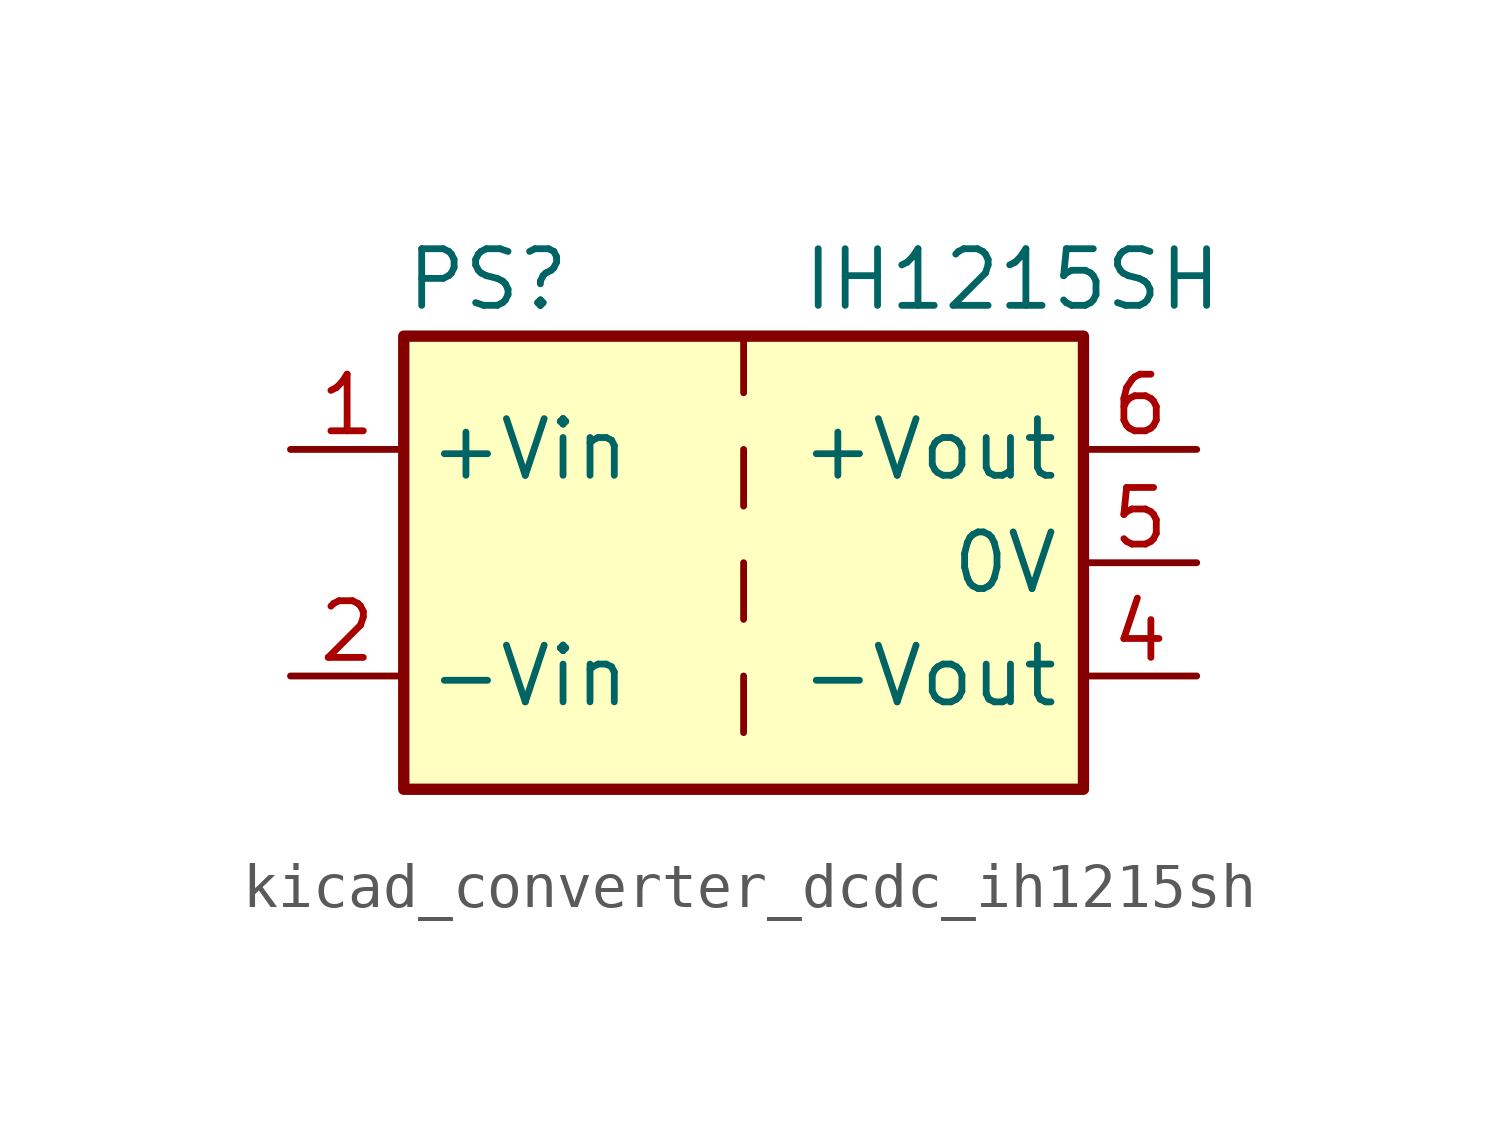
<source format=kicad_sym>
(kicad_symbol_lib
  (version 20220914)
  (generator kicad_symbol_editor)
  (symbol "kicad_converter_dcdc_ih1215sh"
    (property "Reference" "PS"
      (at -7.62 6.35 0)
      (effects (font (size 1.27 1.27)) (justify left)))
    (property "Value" "IH1215SH"
      (at 1.27 6.35 0)
      (effects (font (size 1.27 1.27)) (justify left)))
    (symbol "kicad_converter_dcdc_ih1215sh_0_0"
      (pin power_in line (at -10.16 2.54 0) (length 2.54) (name "+Vin" (effects (font (size 1.27 1.27)))) (number "1" (effects (font (size 1.27 1.27)))))
      (pin power_in line (at -10.16 -2.54 0) (length 2.54) (name "-Vin" (effects (font (size 1.27 1.27)))) (number "2" (effects (font (size 1.27 1.27)))))
      (pin power_out line (at 10.16 -2.54 180) (length 2.54) (name "-Vout" (effects (font (size 1.27 1.27)))) (number "4" (effects (font (size 1.27 1.27)))))
      (pin power_out line (at 10.16 0 180) (length 2.54) (name "0V" (effects (font (size 1.27 1.27)))) (number "5" (effects (font (size 1.27 1.27)))))
      (pin power_out line (at 10.16 2.54 180) (length 2.54) (name "+Vout" (effects (font (size 1.27 1.27)))) (number "6" (effects (font (size 1.27 1.27))))))
    (symbol "kicad_converter_dcdc_ih1215sh_0_1"
      (rectangle (start -7.62 5.08) (end 7.62 -5.08) (stroke (width 0.254) (type default)) (fill (type background)))
      (polyline (pts (xy 0 -2.54) (xy 0 -3.81)) (stroke (width 0) (type default)) (fill (type none)))
      (polyline (pts (xy 0 0) (xy 0 -1.27)) (stroke (width 0) (type default)) (fill (type none)))
      (polyline (pts (xy 0 2.54) (xy 0 1.27)) (stroke (width 0) (type default)) (fill (type none)))
      (polyline (pts (xy 0 5.08) (xy 0 3.81)) (stroke (width 0) (type default)) (fill (type none))))))
</source>
